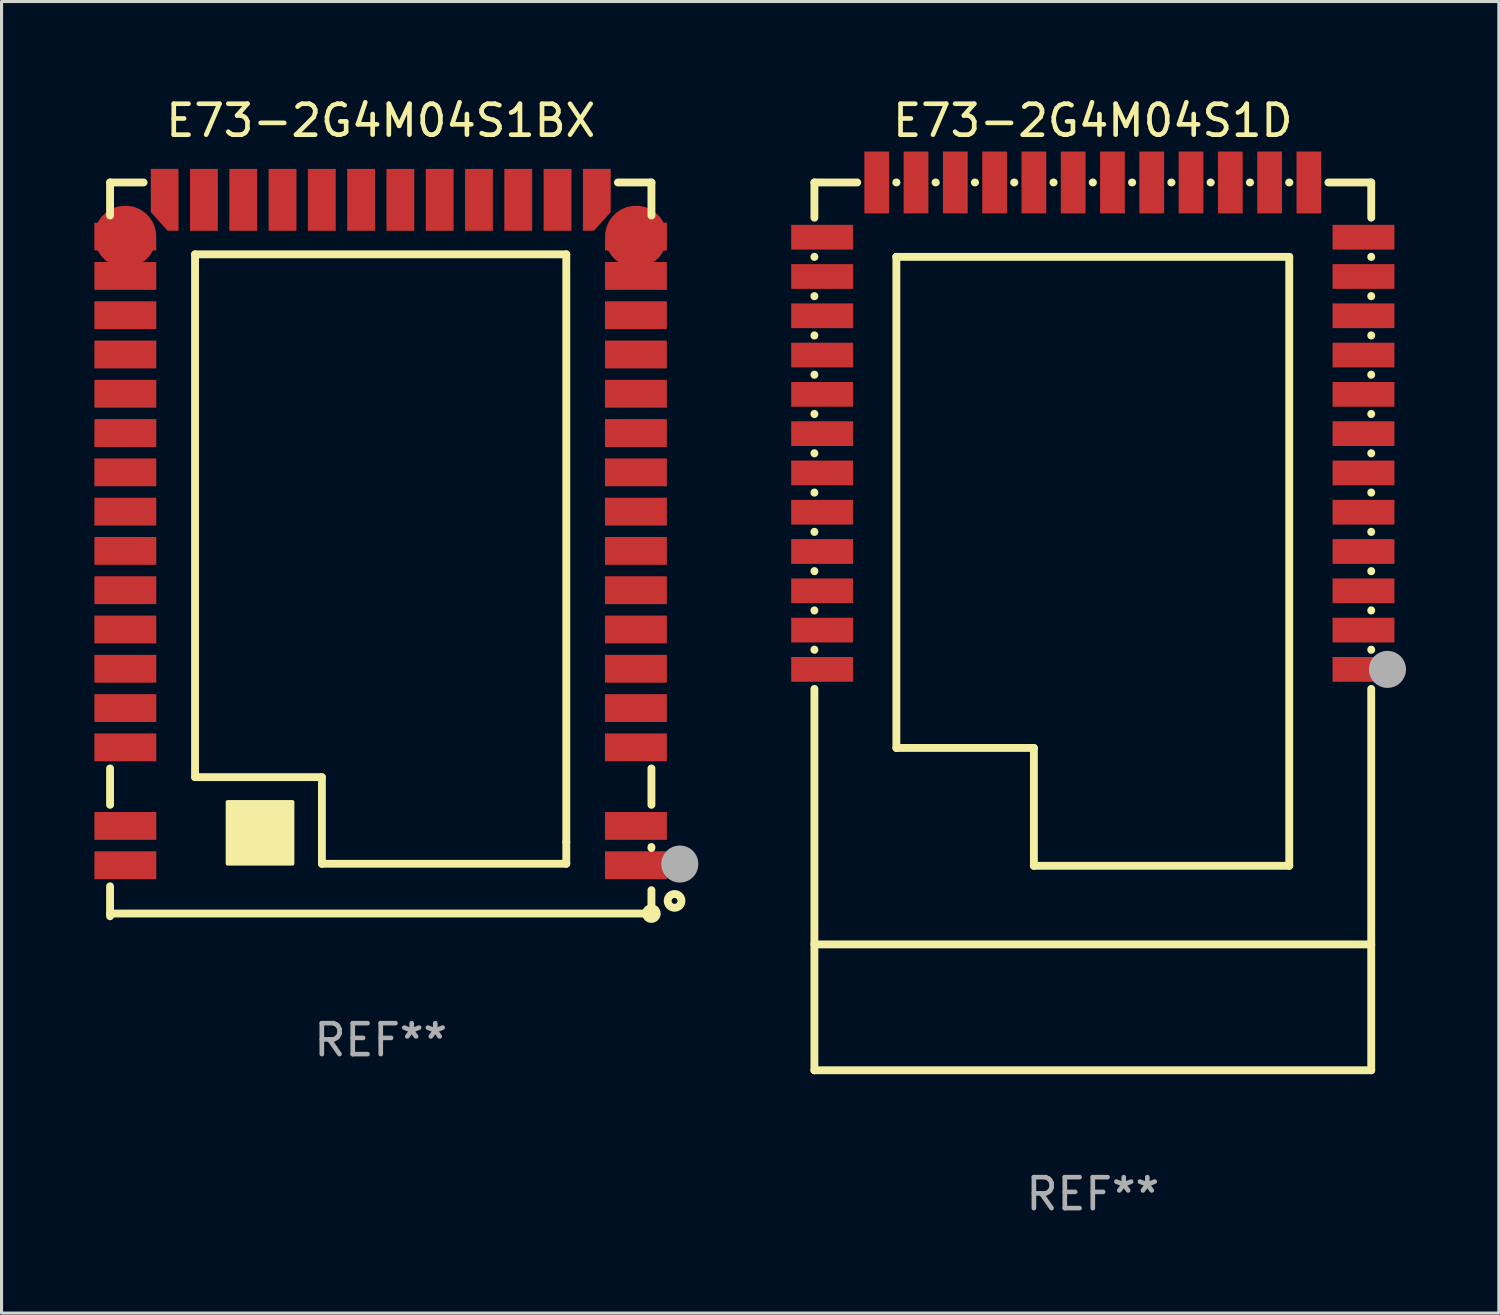
<source format=kicad_pcb>
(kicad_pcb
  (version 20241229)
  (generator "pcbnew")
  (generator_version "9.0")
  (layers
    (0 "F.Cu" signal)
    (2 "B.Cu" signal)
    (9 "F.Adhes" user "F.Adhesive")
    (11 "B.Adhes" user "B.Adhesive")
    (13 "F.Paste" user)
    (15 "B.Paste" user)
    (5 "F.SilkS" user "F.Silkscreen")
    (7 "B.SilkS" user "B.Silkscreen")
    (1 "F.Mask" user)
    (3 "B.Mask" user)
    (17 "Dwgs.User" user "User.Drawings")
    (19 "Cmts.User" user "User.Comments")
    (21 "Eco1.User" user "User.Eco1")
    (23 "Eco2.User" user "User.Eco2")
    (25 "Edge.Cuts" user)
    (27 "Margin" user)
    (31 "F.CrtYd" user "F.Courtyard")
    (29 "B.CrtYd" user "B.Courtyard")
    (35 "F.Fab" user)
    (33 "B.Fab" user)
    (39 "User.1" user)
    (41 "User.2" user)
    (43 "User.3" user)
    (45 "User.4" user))
  (footprint "E73-2G4M04S1BX"
    (layer "F.Cu")
    (at 9.258 14.709)
    (property "Reference" "E73-2G4M04S1BX" (at 0 -13.861 0) (layer "F.SilkS") (effects (font (size 1 1) (thickness 0.15))))
    (attr through_hole)
    (fp_line (start -8.75 -11.861) (end -8.75 -10.792) (stroke (width 0.254) (type solid)) (layer "F.SilkS"))
    (fp_line (start -8.75 -11.861) (end -7.666 -11.861) (stroke (width 0.254) (type solid)) (layer "F.SilkS"))
    (fp_line (start -8.75 7.081) (end -8.75 8.258) (stroke (width 0.254) (type solid)) (layer "F.SilkS"))
    (fp_line (start -8.75 10.891) (end -8.75 11.861) (stroke (width 0.254) (type solid)) (layer "F.SilkS"))
    (fp_line (start -8.75 11.772) (end 8.75 11.772) (stroke (width 0.254) (type solid)) (layer "F.SilkS"))
    (fp_line (start -6.003 -9.537) (end 5.998 -9.537) (stroke (width 0.254) (type solid)) (layer "F.SilkS"))
    (fp_line (start -6.003 7.363) (end -6.003 -9.537) (stroke (width 0.254) (type solid)) (layer "F.SilkS"))
    (fp_line (start -1.902 7.363) (end -6.003 7.363) (stroke (width 0.254) (type solid)) (layer "F.SilkS"))
    (fp_line (start -1.902 10.163) (end -1.902 7.363) (stroke (width 0.254) (type solid)) (layer "F.SilkS"))
    (fp_line (start 5.998 -9.537) (end 5.998 9.463) (stroke (width 0.254) (type solid)) (layer "F.SilkS"))
    (fp_line (start 5.998 9.463) (end 5.998 10.163) (stroke (width 0.254) (type solid)) (layer "F.SilkS"))
    (fp_line (start 5.998 10.163) (end -1.902 10.163) (stroke (width 0.254) (type solid)) (layer "F.SilkS"))
    (fp_line (start 7.666 -11.861) (end 8.75 -11.861) (stroke (width 0.254) (type solid)) (layer "F.SilkS"))
    (fp_line (start 8.75 -11.861) (end 8.75 -10.792) (stroke (width 0.254) (type solid)) (layer "F.SilkS"))
    (fp_line (start 8.75 7.081) (end 8.75 8.258) (stroke (width 0.254) (type solid)) (layer "F.SilkS"))
    (fp_line (start 8.75 9.621) (end 8.75 9.655) (stroke (width 0.254) (type solid)) (layer "F.SilkS"))
    (fp_line (start 8.75 11.018) (end 8.75 11.772) (stroke (width 0.254) (type solid)) (layer "F.SilkS"))
    (fp_circle (center 8.748 11.773) (end 8.898 11.773) (stroke (width 0.3) (type solid)) (fill no) (layer "F.SilkS"))
    (fp_circle (center 9.498 11.363) (end 9.721 11.363) (stroke (width 0.254) (type solid)) (fill no) (layer "F.SilkS"))
    (fp_poly (pts (xy -4.952 8.163) (xy -2.852 8.163) (xy -2.852 10.163) (xy -4.952 10.163)) (stroke (width 0.12) (type solid)) (fill yes) (layer "F.SilkS"))
    (fp_circle (center 9.668 10.172) (end 9.968 10.172) (stroke (width 0.6) (type solid)) (fill no) (layer "F.Fab"))
    (fp_text user "REF**" (at 0 15.861 0) (layer "F.Fab") (effects (font (size 1 1) (thickness 0.15))))
    (pad "0" smd rect (at 8.249 10.21 90) (size 0.9 2) (layers "F.Cu" "F.Mask" "F.Paste"))
    (pad "1" smd rect (at 8.249 8.94 270) (size 0.9 2) (layers "F.Cu" "F.Mask" "F.Paste"))
    (pad "2" smd rect (at 8.249 6.4 270) (size 0.9 2) (layers "F.Cu" "F.Mask" "F.Paste"))
    (pad "3" smd rect (at 8.249 5.13 270) (size 0.9 2) (layers "F.Cu" "F.Mask" "F.Paste"))
    (pad "4" smd rect (at 8.249 3.86 270) (size 0.9 2) (layers "F.Cu" "F.Mask" "F.Paste"))
    (pad "5" smd rect (at 8.249 2.59 270) (size 0.9 2) (layers "F.Cu" "F.Mask" "F.Paste"))
    (pad "6" smd rect (at 8.249 1.32 270) (size 0.9 2) (layers "F.Cu" "F.Mask" "F.Paste"))
    (pad "7" smd rect (at 8.249 0.05 270) (size 0.9 2) (layers "F.Cu" "F.Mask" "F.Paste"))
    (pad "8" smd rect (at 8.249 -1.22 270) (size 0.9 2) (layers "F.Cu" "F.Mask" "F.Paste"))
    (pad "9" smd rect (at 8.249 -2.49 270) (size 0.9 2) (layers "F.Cu" "F.Mask" "F.Paste"))
    (pad "10" smd rect (at 8.249 -3.76 270) (size 0.9 2) (layers "F.Cu" "F.Mask" "F.Paste"))
    (pad "11" smd rect (at 8.249 -5.03 270) (size 0.9 2) (layers "F.Cu" "F.Mask" "F.Paste"))
    (pad "12" smd rect (at 8.249 -6.3 270) (size 0.9 2) (layers "F.Cu" "F.Mask" "F.Paste"))
    (pad "13" smd rect (at 8.249 -7.57 270) (size 0.9 2) (layers "F.Cu" "F.Mask" "F.Paste"))
    (pad "14" smd rect (at 8.249 -8.84 270) (size 0.9 2) (layers "F.Cu" "F.Mask" "F.Paste"))
    (pad "15" smd custom (at 8.25 -10.11) (size 2.002 0.898) (layers "F.Cu" "F.Mask" "F.Paste") (options (anchor circle)) (primitives (gr_poly (pts (xy 1.001 0.448) (xy 1.001 -0.45) (xy -0.398 -0.449) (xy -0.997 0.091) (xy -1.001 0.444) (xy -1.001 0.449) (xy 1.001 0.449)) (width 0) (fill yes))))
    (pad "16" smd custom (at 6.985 -11.353) (size 0.898 2.002) (layers "F.Cu" "F.Mask" "F.Paste") (options (anchor circle)) (primitives (gr_poly (pts (xy -0.449 -0.948) (xy 0.449 -0.948) (xy 0.448 0.45) (xy -0.092 1.05) (xy -0.444 1.054) (xy -0.449 1.054) (xy -0.449 -0.948)) (width 0) (fill yes))))
    (pad "17" smd rect (at 5.715 -11.299) (size 0.9 2) (layers "F.Cu" "F.Mask" "F.Paste"))
    (pad "18" smd rect (at 4.445 -11.299) (size 0.9 2) (layers "F.Cu" "F.Mask" "F.Paste"))
    (pad "19" smd rect (at 3.175 -11.299) (size 0.9 2) (layers "F.Cu" "F.Mask" "F.Paste"))
    (pad "20" smd rect (at 1.905 -11.299) (size 0.9 2) (layers "F.Cu" "F.Mask" "F.Paste"))
    (pad "21" smd rect (at 0.635 -11.299) (size 0.9 2) (layers "F.Cu" "F.Mask" "F.Paste"))
    (pad "22" smd rect (at -0.635 -11.299) (size 0.9 2) (layers "F.Cu" "F.Mask" "F.Paste"))
    (pad "23" smd rect (at -1.905 -11.299) (size 0.9 2) (layers "F.Cu" "F.Mask" "F.Paste"))
    (pad "24" smd rect (at -3.175 -11.299) (size 0.9 2) (layers "F.Cu" "F.Mask" "F.Paste"))
    (pad "25" smd rect (at -4.445 -11.299) (size 0.9 2) (layers "F.Cu" "F.Mask" "F.Paste"))
    (pad "26" smd rect (at -5.715 -11.299) (size 0.9 2) (layers "F.Cu" "F.Mask" "F.Paste"))
    (pad "27" smd custom (at -6.985 -11.353) (size 0.898 2.002) (layers "F.Cu" "F.Mask" "F.Paste") (options (anchor circle)) (primitives (gr_poly (pts (xy 0.449 -0.948) (xy -0.449 -0.948) (xy -0.448 0.45) (xy 0.092 1.05) (xy 0.444 1.054) (xy 0.449 1.054) (xy 0.449 -0.948)) (width 0) (fill yes))))
    (pad "28" smd custom (at -8.257 -10.111) (size 2.002 0.898) (layers "F.Cu" "F.Mask" "F.Paste") (options (anchor circle)) (primitives (gr_poly (pts (xy -1.001 0.448) (xy -1.001 -0.449) (xy 0.398 -0.448) (xy 0.997 0.091) (xy 1.001 0.444) (xy 1.001 0.449) (xy -1.001 0.449)) (width 0) (fill yes))))
    (pad "29" smd rect (at -8.256 -8.84 90) (size 0.9 2) (layers "F.Cu" "F.Mask" "F.Paste"))
    (pad "30" smd rect (at -8.256 -7.57 90) (size 0.9 2) (layers "F.Cu" "F.Mask" "F.Paste"))
    (pad "31" smd rect (at -8.256 -6.3 90) (size 0.9 2) (layers "F.Cu" "F.Mask" "F.Paste"))
    (pad "32" smd rect (at -8.256 -5.03 90) (size 0.9 2) (layers "F.Cu" "F.Mask" "F.Paste"))
    (pad "33" smd rect (at -8.256 -3.76 90) (size 0.9 2) (layers "F.Cu" "F.Mask" "F.Paste"))
    (pad "34" smd rect (at -8.256 -2.49 90) (size 0.9 2) (layers "F.Cu" "F.Mask" "F.Paste"))
    (pad "35" smd rect (at -8.256 -1.22 90) (size 0.9 2) (layers "F.Cu" "F.Mask" "F.Paste"))
    (pad "36" smd rect (at -8.256 0.05 90) (size 0.9 2) (layers "F.Cu" "F.Mask" "F.Paste"))
    (pad "37" smd rect (at -8.256 1.32 90) (size 0.9 2) (layers "F.Cu" "F.Mask" "F.Paste"))
    (pad "38" smd rect (at -8.256 2.59 90) (size 0.9 2) (layers "F.Cu" "F.Mask" "F.Paste"))
    (pad "39" smd rect (at -8.256 3.86 90) (size 0.9 2) (layers "F.Cu" "F.Mask" "F.Paste"))
    (pad "40" smd rect (at -8.256 5.13 90) (size 0.9 2) (layers "F.Cu" "F.Mask" "F.Paste"))
    (pad "41" smd rect (at -8.256 6.4 90) (size 0.9 2) (layers "F.Cu" "F.Mask" "F.Paste"))
    (pad "42" smd rect (at -8.256 8.94 90) (size 0.9 2) (layers "F.Cu" "F.Mask" "F.Paste"))
    (pad "43" smd rect (at -8.256 10.21 90) (size 0.9 2) (layers "F.Cu" "F.Mask" "F.Paste")))
  (footprint "E73-2G4M04S1D"
    (layer "F.Cu")
    (at 32.276 17.198)
    (property "Reference" "E73-2G4M04S1D" (at 0 -16.35 0) (layer "F.SilkS") (effects (font (size 1 1) (thickness 0.15))))
    (attr through_hole)
    (fp_line (start -9 -14.35) (end -7.616 -14.35) (stroke (width 0.254) (type solid)) (layer "F.SilkS"))
    (fp_line (start -9 -13.211) (end -9 -14.35) (stroke (width 0.254) (type solid)) (layer "F.SilkS"))
    (fp_line (start -9 -11.941) (end -9 -11.949) (stroke (width 0.254) (type solid)) (layer "F.SilkS"))
    (fp_line (start -9 -10.671) (end -9 -10.679) (stroke (width 0.254) (type solid)) (layer "F.SilkS"))
    (fp_line (start -9 -9.401) (end -9 -9.409) (stroke (width 0.254) (type solid)) (layer "F.SilkS"))
    (fp_line (start -9 -8.131) (end -9 -8.139) (stroke (width 0.254) (type solid)) (layer "F.SilkS"))
    (fp_line (start -9 -6.861) (end -9 -6.869) (stroke (width 0.254) (type solid)) (layer "F.SilkS"))
    (fp_line (start -9 -5.591) (end -9 -5.599) (stroke (width 0.254) (type solid)) (layer "F.SilkS"))
    (fp_line (start -9 -4.321) (end -9 -4.329) (stroke (width 0.254) (type solid)) (layer "F.SilkS"))
    (fp_line (start -9 -3.051) (end -9 -3.059) (stroke (width 0.254) (type solid)) (layer "F.SilkS"))
    (fp_line (start -9 -1.781) (end -9 -1.789) (stroke (width 0.254) (type solid)) (layer "F.SilkS"))
    (fp_line (start -9 -0.511) (end -9 -0.519) (stroke (width 0.254) (type solid)) (layer "F.SilkS"))
    (fp_line (start -9 0.759) (end -9 0.751) (stroke (width 0.254) (type solid)) (layer "F.SilkS"))
    (fp_line (start -9 10.28) (end 9 10.28) (stroke (width 0.254) (type solid)) (layer "F.SilkS"))
    (fp_line (start -9 14.35) (end -9 2.021) (stroke (width 0.254) (type solid)) (layer "F.SilkS"))
    (fp_line (start -6.354 -14.35) (end -6.346 -14.35) (stroke (width 0.254) (type solid)) (layer "F.SilkS"))
    (fp_line (start -6.35 -11.945) (end -6.35 -11.945) (stroke (width 0.254) (type solid)) (layer "F.SilkS"))
    (fp_line (start -6.35 -11.945) (end 6.35 -11.945) (stroke (width 0.254) (type solid)) (layer "F.SilkS"))
    (fp_line (start -6.35 3.93) (end -6.35 -11.945) (stroke (width 0.254) (type solid)) (layer "F.SilkS"))
    (fp_line (start -5.084 -14.35) (end -5.076 -14.35) (stroke (width 0.254) (type solid)) (layer "F.SilkS"))
    (fp_line (start -3.814 -14.35) (end -3.806 -14.35) (stroke (width 0.254) (type solid)) (layer "F.SilkS"))
    (fp_line (start -2.544 -14.35) (end -2.536 -14.35) (stroke (width 0.254) (type solid)) (layer "F.SilkS"))
    (fp_line (start -1.905 3.93) (end -6.35 3.93) (stroke (width 0.254) (type solid)) (layer "F.SilkS"))
    (fp_line (start -1.905 7.74) (end -1.905 3.93) (stroke (width 0.254) (type solid)) (layer "F.SilkS"))
    (fp_line (start -1.274 -14.35) (end -1.266 -14.35) (stroke (width 0.254) (type solid)) (layer "F.SilkS"))
    (fp_line (start -0.004 -14.35) (end 0.004 -14.35) (stroke (width 0.254) (type solid)) (layer "F.SilkS"))
    (fp_line (start 1.266 -14.35) (end 1.274 -14.35) (stroke (width 0.254) (type solid)) (layer "F.SilkS"))
    (fp_line (start 2.536 -14.35) (end 2.544 -14.35) (stroke (width 0.254) (type solid)) (layer "F.SilkS"))
    (fp_line (start 3.806 -14.35) (end 3.814 -14.35) (stroke (width 0.254) (type solid)) (layer "F.SilkS"))
    (fp_line (start 5.076 -14.35) (end 5.084 -14.35) (stroke (width 0.254) (type solid)) (layer "F.SilkS"))
    (fp_line (start 6.346 -14.35) (end 6.354 -14.35) (stroke (width 0.254) (type solid)) (layer "F.SilkS"))
    (fp_line (start 6.35 -11.945) (end 6.35 7.74) (stroke (width 0.254) (type solid)) (layer "F.SilkS"))
    (fp_line (start 6.35 7.74) (end -1.905 7.74) (stroke (width 0.254) (type solid)) (layer "F.SilkS"))
    (fp_line (start 7.616 -14.35) (end 9 -14.35) (stroke (width 0.254) (type solid)) (layer "F.SilkS"))
    (fp_line (start 9 -14.35) (end 9 -13.211) (stroke (width 0.254) (type solid)) (layer "F.SilkS"))
    (fp_line (start 9 -11.949) (end 9 -11.941) (stroke (width 0.254) (type solid)) (layer "F.SilkS"))
    (fp_line (start 9 -10.679) (end 9 -10.671) (stroke (width 0.254) (type solid)) (layer "F.SilkS"))
    (fp_line (start 9 -9.409) (end 9 -9.401) (stroke (width 0.254) (type solid)) (layer "F.SilkS"))
    (fp_line (start 9 -8.139) (end 9 -8.131) (stroke (width 0.254) (type solid)) (layer "F.SilkS"))
    (fp_line (start 9 -6.869) (end 9 -6.861) (stroke (width 0.254) (type solid)) (layer "F.SilkS"))
    (fp_line (start 9 -5.599) (end 9 -5.591) (stroke (width 0.254) (type solid)) (layer "F.SilkS"))
    (fp_line (start 9 -4.329) (end 9 -4.321) (stroke (width 0.254) (type solid)) (layer "F.SilkS"))
    (fp_line (start 9 -3.059) (end 9 -3.051) (stroke (width 0.254) (type solid)) (layer "F.SilkS"))
    (fp_line (start 9 -1.789) (end 9 -1.781) (stroke (width 0.254) (type solid)) (layer "F.SilkS"))
    (fp_line (start 9 -0.519) (end 9 -0.511) (stroke (width 0.254) (type solid)) (layer "F.SilkS"))
    (fp_line (start 9 0.751) (end 9 0.759) (stroke (width 0.254) (type solid)) (layer "F.SilkS"))
    (fp_line (start 9 2.021) (end 9 14.35) (stroke (width 0.254) (type solid)) (layer "F.SilkS"))
    (fp_line (start 9 14.35) (end -9 14.35) (stroke (width 0.254) (type solid)) (layer "F.SilkS"))
    (fp_circle (center 8.75 14.35) (end 8.78 14.35) (stroke (width 0.06) (type solid)) (fill no) (layer "F.SilkS"))
    (fp_circle (center 9.525 1.39) (end 9.825 1.39) (stroke (width 0.6) (type solid)) (fill no) (layer "F.Fab"))
    (fp_text user "REF**" (at 0 18.35 0) (layer "F.Fab") (effects (font (size 1 1) (thickness 0.15))))
    (pad "1" smd rect (at 8.75 1.39) (size 2 0.8) (layers "F.Cu" "F.Mask" "F.Paste"))
    (pad "2" smd rect (at 8.75 0.12) (size 2 0.8) (layers "F.Cu" "F.Mask" "F.Paste"))
    (pad "3" smd rect (at 8.75 -1.15) (size 2 0.8) (layers "F.Cu" "F.Mask" "F.Paste"))
    (pad "4" smd rect (at 8.75 -2.42) (size 2 0.8) (layers "F.Cu" "F.Mask" "F.Paste"))
    (pad "5" smd rect (at 8.75 -3.69) (size 2 0.8) (layers "F.Cu" "F.Mask" "F.Paste"))
    (pad "6" smd rect (at 8.75 -4.96) (size 2 0.8) (layers "F.Cu" "F.Mask" "F.Paste"))
    (pad "7" smd rect (at 8.75 -6.23) (size 2 0.8) (layers "F.Cu" "F.Mask" "F.Paste"))
    (pad "8" smd rect (at 8.75 -7.5) (size 2 0.8) (layers "F.Cu" "F.Mask" "F.Paste"))
    (pad "9" smd rect (at 8.75 -8.77) (size 2 0.8) (layers "F.Cu" "F.Mask" "F.Paste"))
    (pad "10" smd rect (at 8.75 -10.04) (size 2 0.8) (layers "F.Cu" "F.Mask" "F.Paste"))
    (pad "11" smd rect (at 8.75 -11.31) (size 2 0.8) (layers "F.Cu" "F.Mask" "F.Paste"))
    (pad "12" smd rect (at 8.75 -12.58) (size 2 0.8) (layers "F.Cu" "F.Mask" "F.Paste"))
    (pad "13" smd rect (at 6.985 -14.35) (size 0.8 2) (layers "F.Cu" "F.Mask" "F.Paste"))
    (pad "14" smd rect (at 5.715 -14.35) (size 0.8 2) (layers "F.Cu" "F.Mask" "F.Paste"))
    (pad "15" smd rect (at 4.445 -14.35) (size 0.8 2) (layers "F.Cu" "F.Mask" "F.Paste"))
    (pad "16" smd rect (at 3.175 -14.35) (size 0.8 2) (layers "F.Cu" "F.Mask" "F.Paste"))
    (pad "17" smd rect (at 1.905 -14.35) (size 0.8 2) (layers "F.Cu" "F.Mask" "F.Paste"))
    (pad "18" smd rect (at 0.635 -14.35) (size 0.8 2) (layers "F.Cu" "F.Mask" "F.Paste"))
    (pad "19" smd rect (at -0.635 -14.35) (size 0.8 2) (layers "F.Cu" "F.Mask" "F.Paste"))
    (pad "20" smd rect (at -1.905 -14.35) (size 0.8 2) (layers "F.Cu" "F.Mask" "F.Paste"))
    (pad "21" smd rect (at -3.175 -14.35) (size 0.8 2) (layers "F.Cu" "F.Mask" "F.Paste"))
    (pad "22" smd rect (at -4.445 -14.35) (size 0.8 2) (layers "F.Cu" "F.Mask" "F.Paste"))
    (pad "23" smd rect (at -5.715 -14.35) (size 0.8 2) (layers "F.Cu" "F.Mask" "F.Paste"))
    (pad "24" smd rect (at -6.985 -14.35) (size 0.8 2) (layers "F.Cu" "F.Mask" "F.Paste"))
    (pad "25" smd rect (at -8.75 -12.58) (size 2 0.8) (layers "F.Cu" "F.Mask" "F.Paste"))
    (pad "26" smd rect (at -8.75 -11.31) (size 2 0.8) (layers "F.Cu" "F.Mask" "F.Paste"))
    (pad "27" smd rect (at -8.75 -10.04) (size 2 0.8) (layers "F.Cu" "F.Mask" "F.Paste"))
    (pad "28" smd rect (at -8.75 -8.77) (size 2 0.8) (layers "F.Cu" "F.Mask" "F.Paste"))
    (pad "29" smd rect (at -8.75 -7.5) (size 2 0.8) (layers "F.Cu" "F.Mask" "F.Paste"))
    (pad "30" smd rect (at -8.75 -6.23) (size 2 0.8) (layers "F.Cu" "F.Mask" "F.Paste"))
    (pad "31" smd rect (at -8.75 -4.96) (size 2 0.8) (layers "F.Cu" "F.Mask" "F.Paste"))
    (pad "32" smd rect (at -8.75 -3.69) (size 2 0.8) (layers "F.Cu" "F.Mask" "F.Paste"))
    (pad "33" smd rect (at -8.75 -2.42) (size 2 0.8) (layers "F.Cu" "F.Mask" "F.Paste"))
    (pad "34" smd rect (at -8.75 -1.15) (size 2 0.8) (layers "F.Cu" "F.Mask" "F.Paste"))
    (pad "35" smd rect (at -8.75 0.12) (size 2 0.8) (layers "F.Cu" "F.Mask" "F.Paste"))
    (pad "36" smd rect (at -8.75 1.39) (size 2 0.8) (layers "F.Cu" "F.Mask" "F.Paste")))
  (gr_rect
    (start -3 -3)
    (end 45.401 39.397)
    (stroke (width 0.1) (type default))
    (fill no)
    (layer "Edge.Cuts")))
</source>
